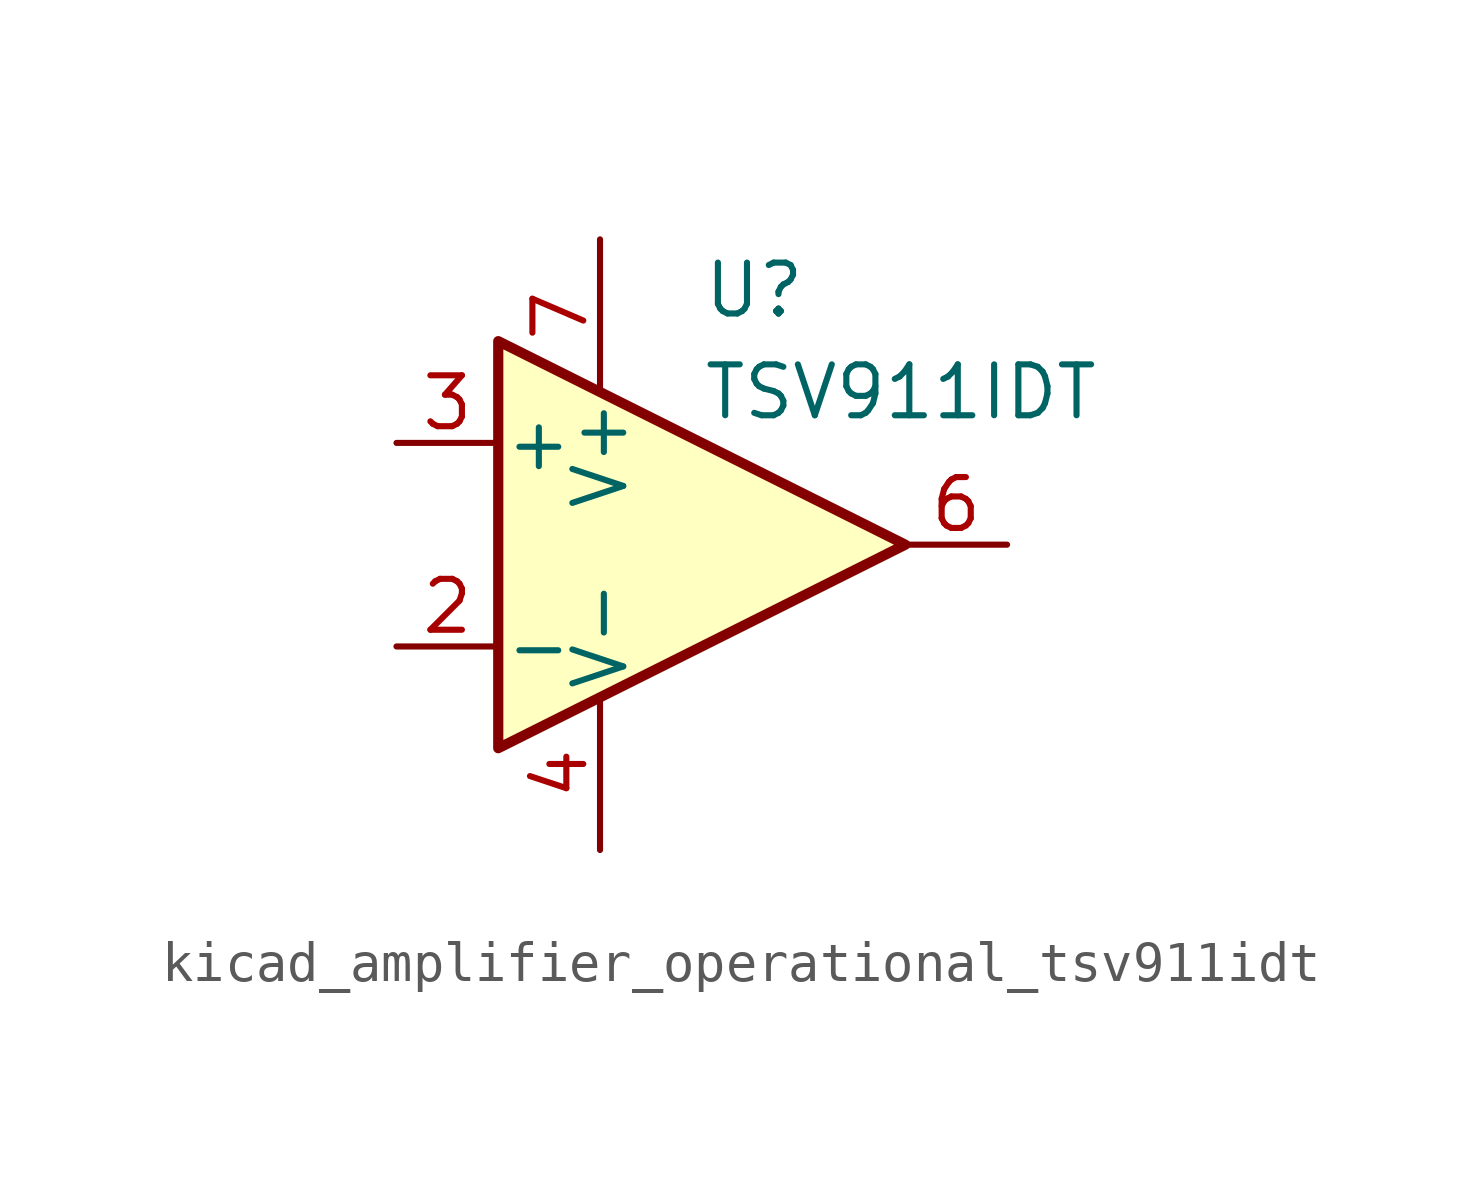
<source format=kicad_sym>
(kicad_symbol_lib
  (version 20220914)
  (generator kicad_symbol_editor)
  (symbol "kicad_amplifier_operational_tsv911idt"
    (pin_names
      (offset 0.127))
    (property "Reference" "U"
      (at 0 6.35 0)
      (effects (font (size 1.27 1.27)) (justify left)))
    (property "Value" "TSV911IDT"
      (at 0 3.81 0)
      (effects (font (size 1.27 1.27)) (justify left)))
    (symbol "kicad_amplifier_operational_tsv911idt_0_1"
      (polyline (pts (xy -5.08 5.08) (xy 5.08 0) (xy -5.08 -5.08) (xy -5.08 5.08)) (stroke (width 0.254) (type default)) (fill (type background))))
    (symbol "kicad_amplifier_operational_tsv911idt_1_1"
      (pin no_connect line (at -2.54 2.54 270) (length 2.54) hide (name "NC" (effects (font (size 1.27 1.27)))) (number "1" (effects (font (size 1.27 1.27)))))
      (pin input line (at -7.62 -2.54 0) (length 2.54) (name "-" (effects (font (size 1.27 1.27)))) (number "2" (effects (font (size 1.27 1.27)))))
      (pin input line (at -7.62 2.54 0) (length 2.54) (name "+" (effects (font (size 1.27 1.27)))) (number "3" (effects (font (size 1.27 1.27)))))
      (pin power_in line (at -2.54 -7.62 90) (length 3.81) (name "V-" (effects (font (size 1.27 1.27)))) (number "4" (effects (font (size 1.27 1.27)))))
      (pin no_connect line (at 0 2.54 270) (length 2.54) hide (name "NC" (effects (font (size 1.27 1.27)))) (number "5" (effects (font (size 1.27 1.27)))))
      (pin output line (at 7.62 0 180) (length 2.54) (name "~" (effects (font (size 1.27 1.27)))) (number "6" (effects (font (size 1.27 1.27)))))
      (pin power_in line (at -2.54 7.62 270) (length 3.81) (name "V+" (effects (font (size 1.27 1.27)))) (number "7" (effects (font (size 1.27 1.27)))))
      (pin no_connect line (at 0 -2.54 90) (length 2.54) hide (name "NC" (effects (font (size 1.27 1.27)))) (number "8" (effects (font (size 1.27 1.27))))))))
</source>
